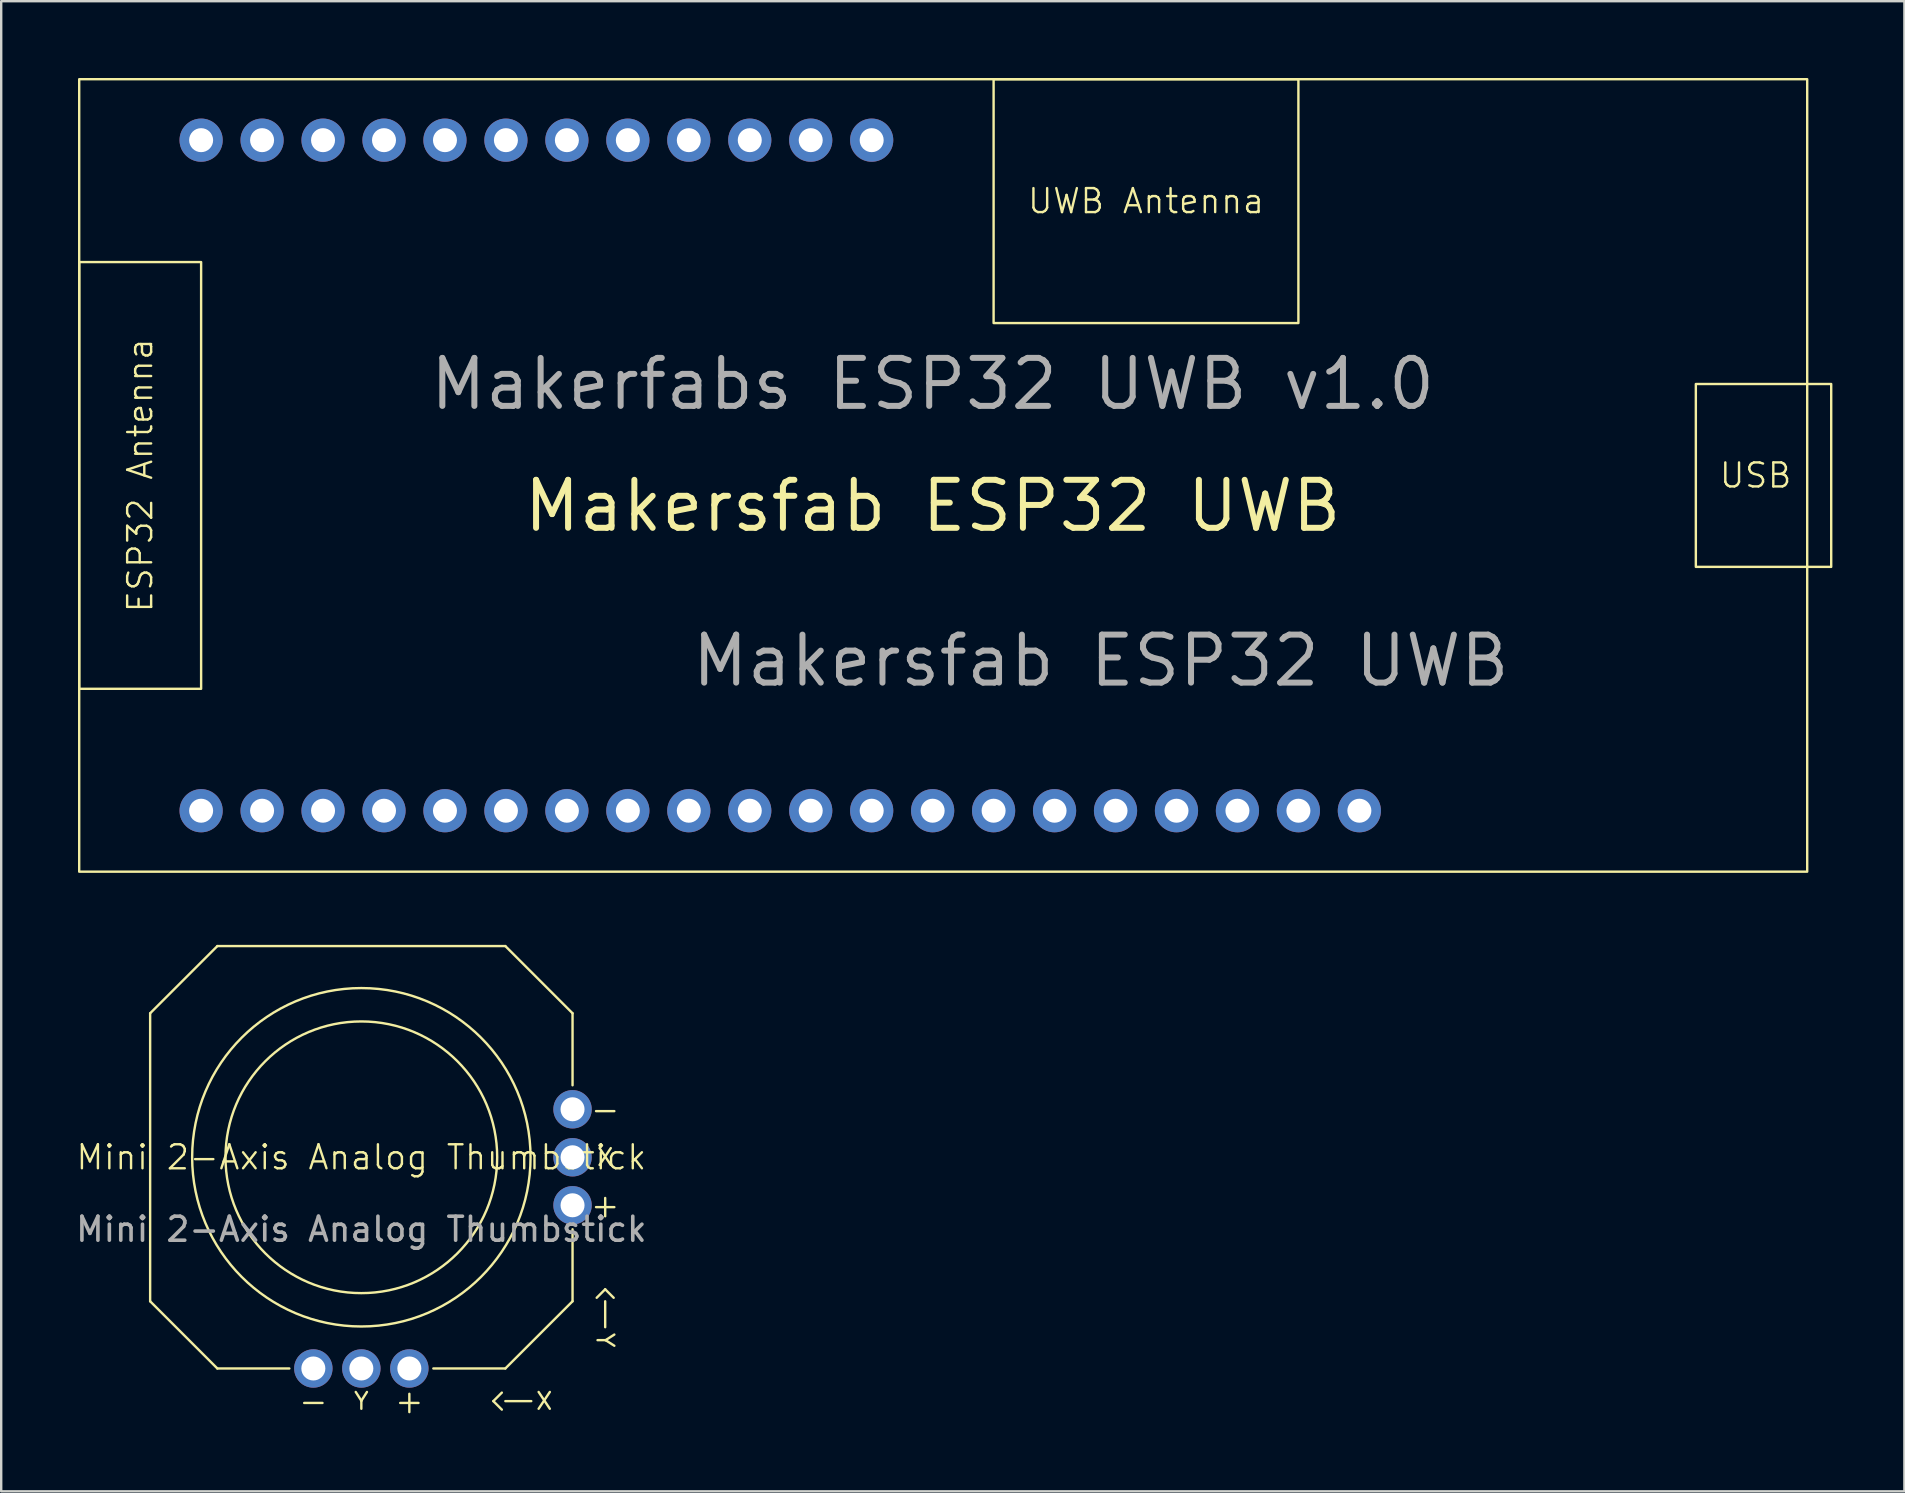
<source format=kicad_pcb>
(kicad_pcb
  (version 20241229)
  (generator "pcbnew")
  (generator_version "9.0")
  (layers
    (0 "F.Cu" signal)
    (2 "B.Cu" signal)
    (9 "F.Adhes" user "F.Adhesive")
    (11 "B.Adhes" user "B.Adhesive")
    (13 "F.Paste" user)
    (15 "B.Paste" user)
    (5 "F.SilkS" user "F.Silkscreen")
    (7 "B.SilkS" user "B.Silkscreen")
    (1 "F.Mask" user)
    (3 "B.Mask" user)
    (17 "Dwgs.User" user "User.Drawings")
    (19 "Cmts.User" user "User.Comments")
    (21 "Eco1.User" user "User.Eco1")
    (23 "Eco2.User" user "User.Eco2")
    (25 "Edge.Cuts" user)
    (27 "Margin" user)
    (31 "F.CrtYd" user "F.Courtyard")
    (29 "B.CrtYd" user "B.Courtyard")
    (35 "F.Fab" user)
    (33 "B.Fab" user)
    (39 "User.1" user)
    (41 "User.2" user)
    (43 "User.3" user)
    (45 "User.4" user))
  (footprint "Makersfab ESP32 UWB"
    (layer "F.Cu")
    (at 0.25 0.25)
    (property "Reference" "Makersfab ESP32 UWB" (at 35.56 17.78 0) (unlocked yes) (layer "F.SilkS") (effects (font (size 2 2) (thickness 0.25))))
    (fp_rect (start 0 0) (end 72 33.02) (stroke (width 0.1) (type solid)) (fill no) (layer "F.SilkS"))
    (fp_rect (start 0 7.62) (end 5.08 25.4) (stroke (width 0.1) (type solid)) (fill no) (layer "F.SilkS"))
    (fp_rect (start 38.1 0) (end 50.8 10.16) (stroke (width 0.1) (type solid)) (fill no) (layer "F.SilkS"))
    (fp_rect (start 67.36 12.7) (end 73 20.32) (stroke (width 0.1) (type solid)) (fill no) (layer "F.SilkS"))
    (fp_text user "UWB Antenna" (at 44.45 5.08 0) (unlocked yes) (layer "F.SilkS") (effects (font (size 1 1) (thickness 0.1))))
    (fp_text user "USB" (at 69.85 16.51 0) (unlocked yes) (layer "F.SilkS") (effects (font (size 1 1) (thickness 0.1))))
    (fp_text user "ESP32 Antenna" (at 2.54 16.51 90) (unlocked yes) (layer "F.SilkS") (effects (font (size 1 1) (thickness 0.1))))
    (fp_text user "${REFERENCE} " (at 25.4 25.4 0) (unlocked yes) (layer "F.Fab") (effects (font (size 2 2) (thickness 0.25)) (justify left bottom)))
    (fp_text user "Makerfabs ESP32 UWB v1.0" (at 35.56 12.7 0) (unlocked yes) (layer "F.Fab") (effects (font (size 2 2) (thickness 0.25))))
    (fp_text user "IO2" (at 15.24 33.02 90) (unlocked yes) (layer "User.4") (effects (font (size 0.5 0.5) (thickness 0.062)) (justify left)))
    (fp_text user "IO14" (at 22.86 33.02 90) (unlocked yes) (layer "User.4") (effects (font (size 0.5 0.5) (thickness 0.062)) (justify left)))
    (fp_text user "IO26" (at 35.56 33.02 90) (unlocked yes) (layer "User.4") (effects (font (size 0.5 0.5) (thickness 0.062)) (justify left)))
    (fp_text user "IO22" (at 30.48 0 90) (unlocked yes) (layer "User.4") (effects (font (size 0.5 0.5) (thickness 0.062)) (justify right)))
    (fp_text user "IO18" (at 27.94 33.02 90) (unlocked yes) (layer "User.4") (effects (font (size 0.5 0.5) (thickness 0.062)) (justify left)))
    (fp_text user "IO23" (at 33.02 0 90) (unlocked yes) (layer "User.4") (effects (font (size 0.5 0.5) (thickness 0.062)) (justify right)))
    (fp_text user "IO33" (at 43.18 33.02 90) (unlocked yes) (layer "User.4") (effects (font (size 0.5 0.5) (thickness 0.062)) (justify left)))
    (fp_text user "GND" (at 7.62 0 90) (unlocked yes) (layer "User.4") (effects (font (size 0.5 0.5) (thickness 0.062)) (justify right)))
    (fp_text user "IO4" (at 17.78 0 90) (unlocked yes) (layer "User.4") (effects (font (size 0.5 0.5) (thickness 0.062)) (justify right)))
    (fp_text user "IO15" (at 25.4 33.02 90) (unlocked yes) (layer "User.4") (effects (font (size 0.5 0.5) (thickness 0.062)) (justify left)))
    (fp_text user "GND" (at 12.7 33.02 90) (unlocked yes) (layer "User.4") (effects (font (size 0.5 0.5) (thickness 0.062)) (justify left)))
    (fp_text user "IO12" (at 17.78 33.02 90) (unlocked yes) (layer "User.4") (effects (font (size 0.5 0.5) (thickness 0.062)) (justify left)))
    (fp_text user "5V0" (at 5.08 0 90) (unlocked yes) (layer "User.4") (effects (font (size 0.5 0.5) (thickness 0.062)) (justify right)))
    (fp_text user "IO16" (at 22.86 0 90) (unlocked yes) (layer "User.4") (effects (font (size 0.5 0.5) (thickness 0.062)) (justify right)))
    (fp_text user "GND" (at 7.62 33.02 90) (unlocked yes) (layer "User.4") (effects (font (size 0.5 0.5) (thickness 0.062)) (justify left)))
    (fp_text user "IO19" (at 30.48 33.02 90) (unlocked yes) (layer "User.4") (effects (font (size 0.5 0.5) (thickness 0.062)) (justify left)))
    (fp_text user "IO36" (at 50.8 33.02 90) (unlocked yes) (layer "User.4") (effects (font (size 0.5 0.5) (thickness 0.062)) (justify left)))
    (fp_text user "IO3" (at 10.16 0 90) (unlocked yes) (layer "User.4") (effects (font (size 0.5 0.5) (thickness 0.062)) (justify right)))
    (fp_text user "IO0" (at 15.24 0 90) (unlocked yes) (layer "User.4") (effects (font (size 0.5 0.5) (thickness 0.062)) (justify right)))
    (fp_text user "IO17" (at 25.4 0 90) (unlocked yes) (layer "User.4") (effects (font (size 0.5 0.5) (thickness 0.062)) (justify right)))
    (fp_text user "IO27" (at 38.1 33.02 90) (unlocked yes) (layer "User.4") (effects (font (size 0.5 0.5) (thickness 0.062)) (justify left)))
    (fp_text user "IO32" (at 40.64 33.02 90) (unlocked yes) (layer "User.4") (effects (font (size 0.5 0.5) (thickness 0.062)) (justify left)))
    (fp_text user "IO35" (at 48.26 33.02 90) (unlocked yes) (layer "User.4") (effects (font (size 0.5 0.5) (thickness 0.062)) (justify left)))
    (fp_text user "IO1" (at 12.7 0 90) (unlocked yes) (layer "User.4") (effects (font (size 0.5 0.5) (thickness 0.062)) (justify right)))
    (fp_text user "IO25" (at 33.02 33.02 90) (unlocked yes) (layer "User.4") (effects (font (size 0.5 0.5) (thickness 0.062)) (justify left)))
    (fp_text user "IO13" (at 20.32 33.02 90) (unlocked yes) (layer "User.4") (effects (font (size 0.5 0.5) (thickness 0.062)) (justify left)))
    (fp_text user "RST" (at 10.16 33.02 90) (unlocked yes) (layer "User.4") (effects (font (size 0.5 0.5) (thickness 0.062)) (justify left)))
    (fp_text user "IO5" (at 20.32 0 90) (unlocked yes) (layer "User.4") (effects (font (size 0.5 0.5) (thickness 0.062)) (justify right)))
    (fp_text user "IO21" (at 27.94 0 90) (unlocked yes) (layer "User.4") (effects (font (size 0.5 0.5) (thickness 0.062)) (justify right)))
    (fp_text user "IO34" (at 45.72 33.02 90) (unlocked yes) (layer "User.4") (effects (font (size 0.5 0.5) (thickness 0.062)) (justify left)))
    (fp_text user "3V3" (at 5.08 33.02 90) (unlocked yes) (layer "User.4") (effects (font (size 0.5 0.5) (thickness 0.062)) (justify left)))
    (fp_text user "IO39" (at 53.34 33.02 90) (unlocked yes) (layer "User.4") (effects (font (size 0.5 0.5) (thickness 0.062)) (justify left)))
    (pad "1" thru_hole circle (at 5.08 30.48) (size 1.8 1.8) (drill 1) (layers "*.Cu" "*.Mask"))
    (pad "2" thru_hole circle (at 7.62 30.48) (size 1.8 1.8) (drill 1) (layers "*.Cu" "*.Mask"))
    (pad "3" thru_hole circle (at 10.16 30.48) (size 1.8 1.8) (drill 1) (layers "*.Cu" "*.Mask"))
    (pad "4" thru_hole circle (at 12.7 30.48) (size 1.8 1.8) (drill 1) (layers "*.Cu" "*.Mask"))
    (pad "5" thru_hole circle (at 15.24 30.48) (size 1.8 1.8) (drill 1) (layers "*.Cu" "*.Mask"))
    (pad "6" thru_hole circle (at 17.78 30.48) (size 1.8 1.8) (drill 1) (layers "*.Cu" "*.Mask"))
    (pad "7" thru_hole circle (at 20.32 30.48) (size 1.8 1.8) (drill 1) (layers "*.Cu" "*.Mask"))
    (pad "8" thru_hole circle (at 22.86 30.48) (size 1.8 1.8) (drill 1) (layers "*.Cu" "*.Mask"))
    (pad "9" thru_hole circle (at 25.4 30.48) (size 1.8 1.8) (drill 1) (layers "*.Cu" "*.Mask"))
    (pad "10" thru_hole circle (at 27.94 30.48) (size 1.8 1.8) (drill 1) (layers "*.Cu" "*.Mask"))
    (pad "11" thru_hole circle (at 30.48 30.48) (size 1.8 1.8) (drill 1) (layers "*.Cu" "*.Mask"))
    (pad "12" thru_hole circle (at 33.02 30.48) (size 1.8 1.8) (drill 1) (layers "*.Cu" "*.Mask"))
    (pad "13" thru_hole circle (at 35.56 30.48) (size 1.8 1.8) (drill 1) (layers "*.Cu" "*.Mask"))
    (pad "14" thru_hole circle (at 38.1 30.48) (size 1.8 1.8) (drill 1) (layers "*.Cu" "*.Mask"))
    (pad "15" thru_hole circle (at 40.64 30.48) (size 1.8 1.8) (drill 1) (layers "*.Cu" "*.Mask"))
    (pad "16" thru_hole circle (at 43.18 30.48) (size 1.8 1.8) (drill 1) (layers "*.Cu" "*.Mask"))
    (pad "17" thru_hole circle (at 45.72 30.48) (size 1.8 1.8) (drill 1) (layers "*.Cu" "*.Mask"))
    (pad "18" thru_hole circle (at 48.26 30.48) (size 1.8 1.8) (drill 1) (layers "*.Cu" "*.Mask"))
    (pad "19" thru_hole circle (at 50.8 30.48) (size 1.8 1.8) (drill 1) (layers "*.Cu" "*.Mask"))
    (pad "20" thru_hole circle (at 53.34 30.48) (size 1.8 1.8) (drill 1) (layers "*.Cu" "*.Mask"))
    (pad "21" thru_hole circle (at 5.08 2.54) (size 1.8 1.8) (drill 1) (layers "*.Cu" "*.Mask"))
    (pad "22" thru_hole circle (at 7.62 2.54) (size 1.8 1.8) (drill 1) (layers "*.Cu" "*.Mask"))
    (pad "23" thru_hole circle (at 10.16 2.54) (size 1.8 1.8) (drill 1) (layers "*.Cu" "*.Mask"))
    (pad "24" thru_hole circle (at 12.7 2.54) (size 1.8 1.8) (drill 1) (layers "*.Cu" "*.Mask"))
    (pad "25" thru_hole circle (at 15.24 2.54) (size 1.8 1.8) (drill 1) (layers "*.Cu" "*.Mask"))
    (pad "26" thru_hole circle (at 17.78 2.54) (size 1.8 1.8) (drill 1) (layers "*.Cu" "*.Mask"))
    (pad "27" thru_hole circle (at 20.32 2.54) (size 1.8 1.8) (drill 1) (layers "*.Cu" "*.Mask"))
    (pad "28" thru_hole circle (at 22.86 2.54) (size 1.8 1.8) (drill 1) (layers "*.Cu" "*.Mask"))
    (pad "29" thru_hole circle (at 25.4 2.54) (size 1.8 1.8) (drill 1) (layers "*.Cu" "*.Mask"))
    (pad "30" thru_hole circle (at 27.94 2.54) (size 1.8 1.8) (drill 1) (layers "*.Cu" "*.Mask"))
    (pad "31" thru_hole circle (at 30.48 2.54) (size 1.8 1.8) (drill 1) (layers "*.Cu" "*.Mask"))
    (pad "32" thru_hole circle (at 33.02 2.54) (size 1.8 1.8) (drill 1) (layers "*.Cu" "*.Mask"))
    (zone (net_name "") (layers "F.Cu" "B.Cu" "F.SilkS") (name "ESP32 Antenna") (hatch edge 0.5) (connect_pads) (min_thickness 0.25) (filled_areas_thickness no) (keepout (tracks not_allowed) (vias not_allowed) (pads not_allowed) (copperpour not_allowed) (footprints not_allowed)) (placement (enabled no)) (fill) (polygon (pts (xy 5.33 7.87) (xy 5.33 25.65) (xy 0.25 25.65) (xy 0.25 7.87))))
    (zone (net_name "") (layers "F.Cu" "B.Cu" "F.SilkS") (name "UWB Antenna") (hatch edge 0.5) (connect_pads) (min_thickness 0.25) (filled_areas_thickness no) (keepout (tracks not_allowed) (vias not_allowed) (pads not_allowed) (copperpour not_allowed) (footprints not_allowed)) (placement (enabled no)) (fill) (polygon (pts (xy 51.05 0.25) (xy 51.05 10.41) (xy 38.35 10.41) (xy 38.35 0.25)))))
  (footprint "Mini 2-Axis Analog Thumbstick"
    (layer "F.Cu")
    (at 12.006 45.17)
    (property "Reference" "Mini 2-Axis Analog Thumbstick" (at 0 0 0) (unlocked yes) (layer "F.SilkS") (effects (font (size 1 1) (thickness 0.1))))
    (fp_line (start -8.8 -6) (end -6 -8.8) (stroke (width 0.1) (type default)) (layer "F.SilkS"))
    (fp_line (start -8.8 6) (end -8.8 -6) (stroke (width 0.1) (type default)) (layer "F.SilkS"))
    (fp_line (start -6 -8.8) (end 6 -8.8) (stroke (width 0.1) (type default)) (layer "F.SilkS"))
    (fp_line (start -6 8.8) (end -8.8 6) (stroke (width 0.1) (type solid)) (layer "F.SilkS"))
    (fp_line (start -6 8.8) (end -3 8.8) (stroke (width 0.1) (type solid)) (layer "F.SilkS"))
    (fp_line (start 5.5 10.16) (end 5.854 9.806) (stroke (width 0.1) (type solid)) (layer "F.SilkS"))
    (fp_line (start 5.5 10.16) (end 5.854 10.514) (stroke (width 0.1) (type solid)) (layer "F.SilkS"))
    (fp_line (start 6 -8.8) (end 8.8 -6) (stroke (width 0.1) (type default)) (layer "F.SilkS"))
    (fp_line (start 6 8.8) (end 3 8.8) (stroke (width 0.1) (type solid)) (layer "F.SilkS"))
    (fp_line (start 6 8.8) (end 8.8 6) (stroke (width 0.1) (type solid)) (layer "F.SilkS"))
    (fp_line (start 6 10.16) (end 7.08 10.16) (stroke (width 0.1) (type solid)) (layer "F.SilkS"))
    (fp_line (start 8.8 -6) (end 8.8 -3) (stroke (width 0.1) (type solid)) (layer "F.SilkS"))
    (fp_line (start 8.8 3) (end 8.8 6) (stroke (width 0.1) (type solid)) (layer "F.SilkS"))
    (fp_line (start 10.16 5.5) (end 9.806 5.854) (stroke (width 0.1) (type solid)) (layer "F.SilkS"))
    (fp_line (start 10.16 5.5) (end 10.514 5.854) (stroke (width 0.1) (type solid)) (layer "F.SilkS"))
    (fp_line (start 10.16 6) (end 10.16 7.08) (stroke (width 0.1) (type solid)) (layer "F.SilkS"))
    (fp_circle (center 0 0) (end 5.66 0) (stroke (width 0.1) (type solid)) (fill no) (layer "F.SilkS"))
    (fp_circle (center 0 0) (end 7.05 0) (stroke (width 0.1) (type solid)) (fill no) (layer "F.SilkS"))
    (fp_text user "X" (at 7.62 10.16 0) (unlocked yes) (layer "F.SilkS") (effects (font (size 0.7 0.7) (thickness 0.1))))
    (fp_text user "X" (at 10.16 0 0) (unlocked yes) (layer "F.SilkS") (effects (font (size 0.7 0.7) (thickness 0.1))))
    (fp_text user "-" (at -2 10.16 0) (unlocked yes) (layer "F.SilkS") (effects (font (size 1 1) (thickness 0.1))))
    (fp_text user "+" (at 2 10.16 0) (unlocked yes) (layer "F.SilkS") (effects (font (size 1 1) (thickness 0.1))))
    (fp_text user "-" (at 10.16 -2 0) (unlocked yes) (layer "F.SilkS") (effects (font (size 1 1) (thickness 0.1))))
    (fp_text user "Y" (at 10.16 7.62 270) (unlocked yes) (layer "F.SilkS") (effects (font (size 0.7 0.7) (thickness 0.1))))
    (fp_text user "+" (at 10.16 2 0) (unlocked yes) (layer "F.SilkS") (effects (font (size 1 1) (thickness 0.1))))
    (fp_text user "Y" (at 0 10.16 0) (unlocked yes) (layer "F.SilkS") (effects (font (size 0.7 0.7) (thickness 0.1))))
    (fp_text user "${REFERENCE}" (at 0 3 0) (unlocked yes) (layer "F.Fab") (effects (font (size 1 1) (thickness 0.15))))
    (pad "1" thru_hole circle (at 8.8 -2 270) (size 1.6 1.6) (drill 1) (layers "*.Cu" "*.Mask"))
    (pad "2" thru_hole circle (at 8.8 0 270) (size 1.6 1.6) (drill 1) (layers "*.Cu" "*.Mask"))
    (pad "3" thru_hole circle (at 8.8 2 270) (size 1.6 1.6) (drill 1) (layers "*.Cu" "*.Mask"))
    (pad "4" thru_hole circle (at -2 8.8) (size 1.6 1.6) (drill 1) (layers "*.Cu" "*.Mask"))
    (pad "5" thru_hole circle (at 0 8.8) (size 1.6 1.6) (drill 1) (layers "*.Cu" "*.Mask"))
    (pad "6" thru_hole circle (at 2 8.8) (size 1.6 1.6) (drill 1) (layers "*.Cu" "*.Mask")))
  (gr_rect
    (start -3 -3)
    (end 76.3 59.09)
    (stroke (width 0.1) (type default))
    (fill no)
    (layer "Edge.Cuts")))
</source>
